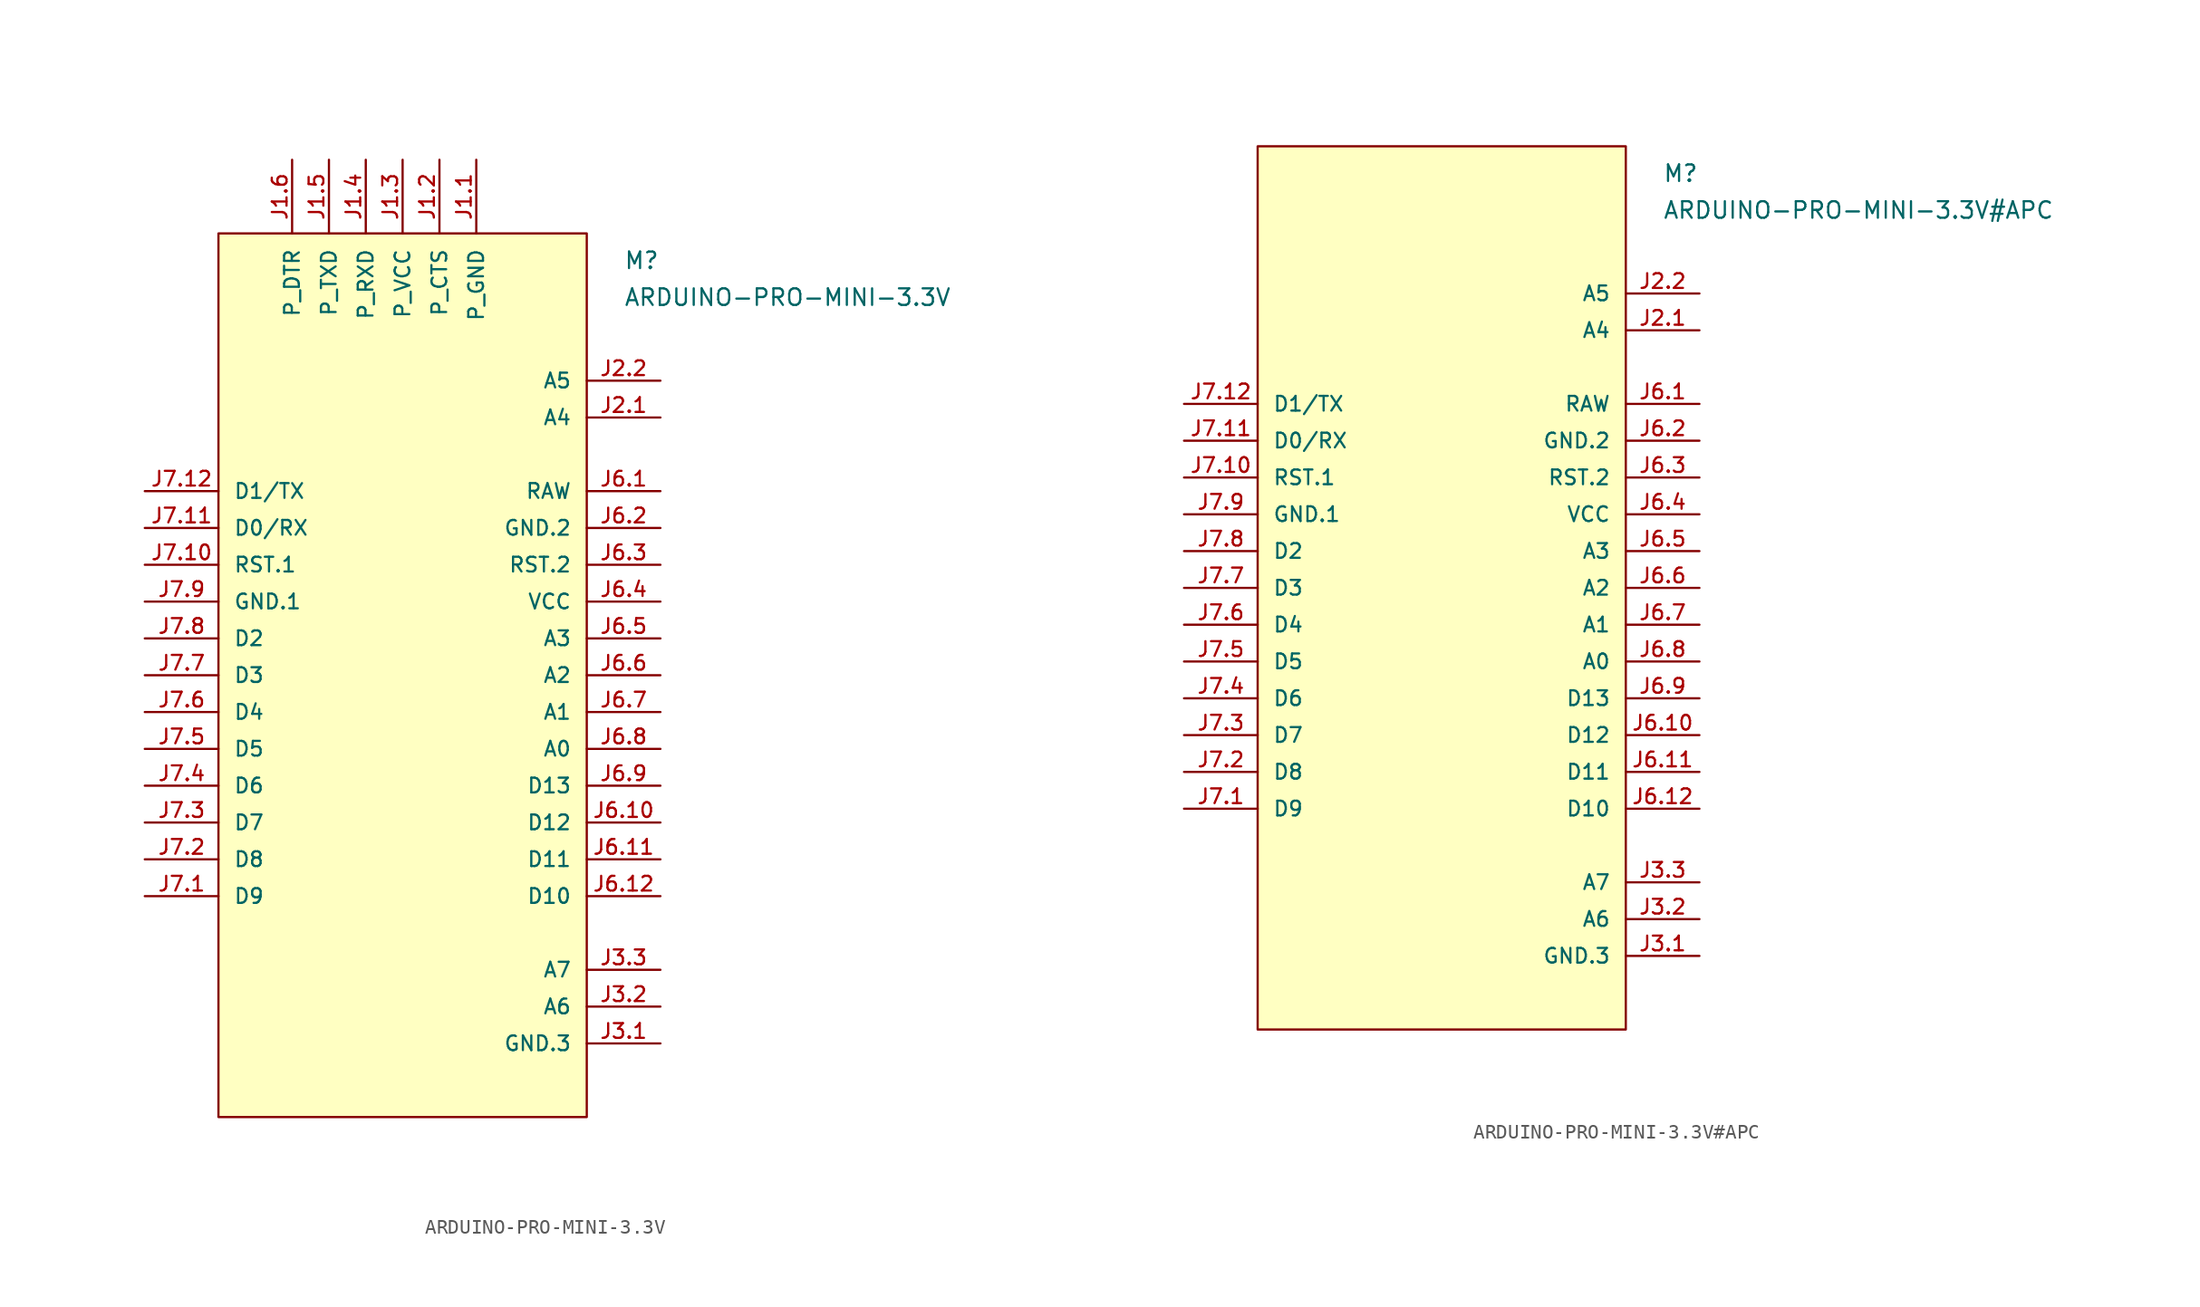
<source format=kicad_sym>
(kicad_symbol_lib
  (version 20231120)
  (generator "kicad_symbol_editor")
  (generator_version "8.0")
  (symbol "ARDUINO-PRO-MINI-3.3V"
    (pin_names
      (offset 1.016))
    (property "Reference" "M"
      (at 15.24 27.94 0)
      (effects (font (size 1.143 1.143)) (justify left bottom)))
    (property "Value" "ARDUINO-PRO-MINI-3.3V"
      (at 15.24 25.4 0)
      (effects (font (size 1.143 1.143)) (justify left bottom)))
    (property "ki_locked" ""
      (at 0 0 0)
      (effects (font (size 1.27 1.27))))
    (symbol "ARDUINO-PRO-MINI-3.3V_1_1"
      (rectangle (start -12.7 30.48) (end 12.7 -30.48) (stroke (width 0) (type default)) (fill (type background)))
      (pin bidirectional line (at 5.08 35.56 270) (length 5.08) (name "P_GND" (effects (font (size 1.016 1.016)))) (number "J1.1" (effects (font (size 1.016 1.016)))))
      (pin bidirectional line (at 2.54 35.56 270) (length 5.08) (name "P_CTS" (effects (font (size 1.016 1.016)))) (number "J1.2" (effects (font (size 1.016 1.016)))))
      (pin bidirectional line (at 0 35.56 270) (length 5.08) (name "P_VCC" (effects (font (size 1.016 1.016)))) (number "J1.3" (effects (font (size 1.016 1.016)))))
      (pin bidirectional line (at -2.54 35.56 270) (length 5.08) (name "P_RXD" (effects (font (size 1.016 1.016)))) (number "J1.4" (effects (font (size 1.016 1.016)))))
      (pin bidirectional line (at -5.08 35.56 270) (length 5.08) (name "P_TXD" (effects (font (size 1.016 1.016)))) (number "J1.5" (effects (font (size 1.016 1.016)))))
      (pin bidirectional line (at -7.62 35.56 270) (length 5.08) (name "P_DTR" (effects (font (size 1.016 1.016)))) (number "J1.6" (effects (font (size 1.016 1.016)))))
      (pin bidirectional line (at 17.78 17.78 180) (length 5.08) (name "A4" (effects (font (size 1.016 1.016)))) (number "J2.1" (effects (font (size 1.016 1.016)))))
      (pin bidirectional line (at 17.78 20.32 180) (length 5.08) (name "A5" (effects (font (size 1.016 1.016)))) (number "J2.2" (effects (font (size 1.016 1.016)))))
      (pin bidirectional line (at 17.78 -25.4 180) (length 5.08) (name "GND.3" (effects (font (size 1.016 1.016)))) (number "J3.1" (effects (font (size 1.016 1.016)))))
      (pin bidirectional line (at 17.78 -22.86 180) (length 5.08) (name "A6" (effects (font (size 1.016 1.016)))) (number "J3.2" (effects (font (size 1.016 1.016)))))
      (pin bidirectional line (at 17.78 -20.32 180) (length 5.08) (name "A7" (effects (font (size 1.016 1.016)))) (number "J3.3" (effects (font (size 1.016 1.016)))))
      (pin power_in line (at 17.78 12.7 180) (length 5.08) (name "RAW" (effects (font (size 1.016 1.016)))) (number "J6.1" (effects (font (size 1.016 1.016)))))
      (pin bidirectional line (at 17.78 -10.16 180) (length 5.08) (name "D12" (effects (font (size 1.016 1.016)))) (number "J6.10" (effects (font (size 1.016 1.016)))))
      (pin bidirectional line (at 17.78 -12.7 180) (length 5.08) (name "D11" (effects (font (size 1.016 1.016)))) (number "J6.11" (effects (font (size 1.016 1.016)))))
      (pin bidirectional line (at 17.78 -15.24 180) (length 5.08) (name "D10" (effects (font (size 1.016 1.016)))) (number "J6.12" (effects (font (size 1.016 1.016)))))
      (pin power_in line (at 17.78 10.16 180) (length 5.08) (name "GND.2" (effects (font (size 1.016 1.016)))) (number "J6.2" (effects (font (size 1.016 1.016)))))
      (pin bidirectional line (at 17.78 7.62 180) (length 5.08) (name "RST.2" (effects (font (size 1.016 1.016)))) (number "J6.3" (effects (font (size 1.016 1.016)))))
      (pin power_in line (at 17.78 5.08 180) (length 5.08) (name "VCC" (effects (font (size 1.016 1.016)))) (number "J6.4" (effects (font (size 1.016 1.016)))))
      (pin bidirectional line (at 17.78 2.54 180) (length 5.08) (name "A3" (effects (font (size 1.016 1.016)))) (number "J6.5" (effects (font (size 1.016 1.016)))))
      (pin bidirectional line (at 17.78 0 180) (length 5.08) (name "A2" (effects (font (size 1.016 1.016)))) (number "J6.6" (effects (font (size 1.016 1.016)))))
      (pin bidirectional line (at 17.78 -2.54 180) (length 5.08) (name "A1" (effects (font (size 1.016 1.016)))) (number "J6.7" (effects (font (size 1.016 1.016)))))
      (pin bidirectional line (at 17.78 -5.08 180) (length 5.08) (name "A0" (effects (font (size 1.016 1.016)))) (number "J6.8" (effects (font (size 1.016 1.016)))))
      (pin bidirectional line (at 17.78 -7.62 180) (length 5.08) (name "D13" (effects (font (size 1.016 1.016)))) (number "J6.9" (effects (font (size 1.016 1.016)))))
      (pin bidirectional line (at -17.78 -15.24 0) (length 5.08) (name "D9" (effects (font (size 1.016 1.016)))) (number "J7.1" (effects (font (size 1.016 1.016)))))
      (pin bidirectional line (at -17.78 7.62 0) (length 5.08) (name "RST.1" (effects (font (size 1.016 1.016)))) (number "J7.10" (effects (font (size 1.016 1.016)))))
      (pin bidirectional line (at -17.78 10.16 0) (length 5.08) (name "D0/RX" (effects (font (size 1.016 1.016)))) (number "J7.11" (effects (font (size 1.016 1.016)))))
      (pin bidirectional line (at -17.78 12.7 0) (length 5.08) (name "D1/TX" (effects (font (size 1.016 1.016)))) (number "J7.12" (effects (font (size 1.016 1.016)))))
      (pin bidirectional line (at -17.78 -12.7 0) (length 5.08) (name "D8" (effects (font (size 1.016 1.016)))) (number "J7.2" (effects (font (size 1.016 1.016)))))
      (pin bidirectional line (at -17.78 -10.16 0) (length 5.08) (name "D7" (effects (font (size 1.016 1.016)))) (number "J7.3" (effects (font (size 1.016 1.016)))))
      (pin bidirectional line (at -17.78 -7.62 0) (length 5.08) (name "D6" (effects (font (size 1.016 1.016)))) (number "J7.4" (effects (font (size 1.016 1.016)))))
      (pin bidirectional line (at -17.78 -5.08 0) (length 5.08) (name "D5" (effects (font (size 1.016 1.016)))) (number "J7.5" (effects (font (size 1.016 1.016)))))
      (pin bidirectional line (at -17.78 -2.54 0) (length 5.08) (name "D4" (effects (font (size 1.016 1.016)))) (number "J7.6" (effects (font (size 1.016 1.016)))))
      (pin bidirectional line (at -17.78 0 0) (length 5.08) (name "D3" (effects (font (size 1.016 1.016)))) (number "J7.7" (effects (font (size 1.016 1.016)))))
      (pin bidirectional line (at -17.78 2.54 0) (length 5.08) (name "D2" (effects (font (size 1.016 1.016)))) (number "J7.8" (effects (font (size 1.016 1.016)))))
      (pin power_in line (at -17.78 5.08 0) (length 5.08) (name "GND.1" (effects (font (size 1.016 1.016)))) (number "J7.9" (effects (font (size 1.016 1.016)))))))
  (symbol "ARDUINO-PRO-MINI-3.3V#APC"
    (pin_names
      (offset 1.016))
    (property "Reference" "M"
      (at 15.24 27.94 0)
      (effects (font (size 1.143 1.143)) (justify left bottom)))
    (property "Value" "ARDUINO-PRO-MINI-3.3V#APC"
      (at 15.24 25.4 0)
      (effects (font (size 1.143 1.143)) (justify left bottom)))
    (property "ki_locked" ""
      (at 0 0 0)
      (effects (font (size 1.27 1.27))))
    (symbol "ARDUINO-PRO-MINI-3.3V#APC_1_1"
      (rectangle (start -12.7 30.48) (end 12.7 -30.48) (stroke (width 0) (type default)) (fill (type background)))
      (pin bidirectional line (at 17.78 17.78 180) (length 5.08) (name "A4" (effects (font (size 1.016 1.016)))) (number "J2.1" (effects (font (size 1.016 1.016)))))
      (pin bidirectional line (at 17.78 20.32 180) (length 5.08) (name "A5" (effects (font (size 1.016 1.016)))) (number "J2.2" (effects (font (size 1.016 1.016)))))
      (pin bidirectional line (at 17.78 -25.4 180) (length 5.08) (name "GND.3" (effects (font (size 1.016 1.016)))) (number "J3.1" (effects (font (size 1.016 1.016)))))
      (pin bidirectional line (at 17.78 -22.86 180) (length 5.08) (name "A6" (effects (font (size 1.016 1.016)))) (number "J3.2" (effects (font (size 1.016 1.016)))))
      (pin bidirectional line (at 17.78 -20.32 180) (length 5.08) (name "A7" (effects (font (size 1.016 1.016)))) (number "J3.3" (effects (font (size 1.016 1.016)))))
      (pin power_in line (at 17.78 12.7 180) (length 5.08) (name "RAW" (effects (font (size 1.016 1.016)))) (number "J6.1" (effects (font (size 1.016 1.016)))))
      (pin bidirectional line (at 17.78 -10.16 180) (length 5.08) (name "D12" (effects (font (size 1.016 1.016)))) (number "J6.10" (effects (font (size 1.016 1.016)))))
      (pin bidirectional line (at 17.78 -12.7 180) (length 5.08) (name "D11" (effects (font (size 1.016 1.016)))) (number "J6.11" (effects (font (size 1.016 1.016)))))
      (pin bidirectional line (at 17.78 -15.24 180) (length 5.08) (name "D10" (effects (font (size 1.016 1.016)))) (number "J6.12" (effects (font (size 1.016 1.016)))))
      (pin power_in line (at 17.78 10.16 180) (length 5.08) (name "GND.2" (effects (font (size 1.016 1.016)))) (number "J6.2" (effects (font (size 1.016 1.016)))))
      (pin bidirectional line (at 17.78 7.62 180) (length 5.08) (name "RST.2" (effects (font (size 1.016 1.016)))) (number "J6.3" (effects (font (size 1.016 1.016)))))
      (pin power_in line (at 17.78 5.08 180) (length 5.08) (name "VCC" (effects (font (size 1.016 1.016)))) (number "J6.4" (effects (font (size 1.016 1.016)))))
      (pin bidirectional line (at 17.78 2.54 180) (length 5.08) (name "A3" (effects (font (size 1.016 1.016)))) (number "J6.5" (effects (font (size 1.016 1.016)))))
      (pin bidirectional line (at 17.78 0 180) (length 5.08) (name "A2" (effects (font (size 1.016 1.016)))) (number "J6.6" (effects (font (size 1.016 1.016)))))
      (pin bidirectional line (at 17.78 -2.54 180) (length 5.08) (name "A1" (effects (font (size 1.016 1.016)))) (number "J6.7" (effects (font (size 1.016 1.016)))))
      (pin bidirectional line (at 17.78 -5.08 180) (length 5.08) (name "A0" (effects (font (size 1.016 1.016)))) (number "J6.8" (effects (font (size 1.016 1.016)))))
      (pin bidirectional line (at 17.78 -7.62 180) (length 5.08) (name "D13" (effects (font (size 1.016 1.016)))) (number "J6.9" (effects (font (size 1.016 1.016)))))
      (pin bidirectional line (at -17.78 -15.24 0) (length 5.08) (name "D9" (effects (font (size 1.016 1.016)))) (number "J7.1" (effects (font (size 1.016 1.016)))))
      (pin bidirectional line (at -17.78 7.62 0) (length 5.08) (name "RST.1" (effects (font (size 1.016 1.016)))) (number "J7.10" (effects (font (size 1.016 1.016)))))
      (pin bidirectional line (at -17.78 10.16 0) (length 5.08) (name "D0/RX" (effects (font (size 1.016 1.016)))) (number "J7.11" (effects (font (size 1.016 1.016)))))
      (pin bidirectional line (at -17.78 12.7 0) (length 5.08) (name "D1/TX" (effects (font (size 1.016 1.016)))) (number "J7.12" (effects (font (size 1.016 1.016)))))
      (pin bidirectional line (at -17.78 -12.7 0) (length 5.08) (name "D8" (effects (font (size 1.016 1.016)))) (number "J7.2" (effects (font (size 1.016 1.016)))))
      (pin bidirectional line (at -17.78 -10.16 0) (length 5.08) (name "D7" (effects (font (size 1.016 1.016)))) (number "J7.3" (effects (font (size 1.016 1.016)))))
      (pin bidirectional line (at -17.78 -7.62 0) (length 5.08) (name "D6" (effects (font (size 1.016 1.016)))) (number "J7.4" (effects (font (size 1.016 1.016)))))
      (pin bidirectional line (at -17.78 -5.08 0) (length 5.08) (name "D5" (effects (font (size 1.016 1.016)))) (number "J7.5" (effects (font (size 1.016 1.016)))))
      (pin bidirectional line (at -17.78 -2.54 0) (length 5.08) (name "D4" (effects (font (size 1.016 1.016)))) (number "J7.6" (effects (font (size 1.016 1.016)))))
      (pin bidirectional line (at -17.78 0 0) (length 5.08) (name "D3" (effects (font (size 1.016 1.016)))) (number "J7.7" (effects (font (size 1.016 1.016)))))
      (pin bidirectional line (at -17.78 2.54 0) (length 5.08) (name "D2" (effects (font (size 1.016 1.016)))) (number "J7.8" (effects (font (size 1.016 1.016)))))
      (pin power_in line (at -17.78 5.08 0) (length 5.08) (name "GND.1" (effects (font (size 1.016 1.016)))) (number "J7.9" (effects (font (size 1.016 1.016))))))))
</source>
